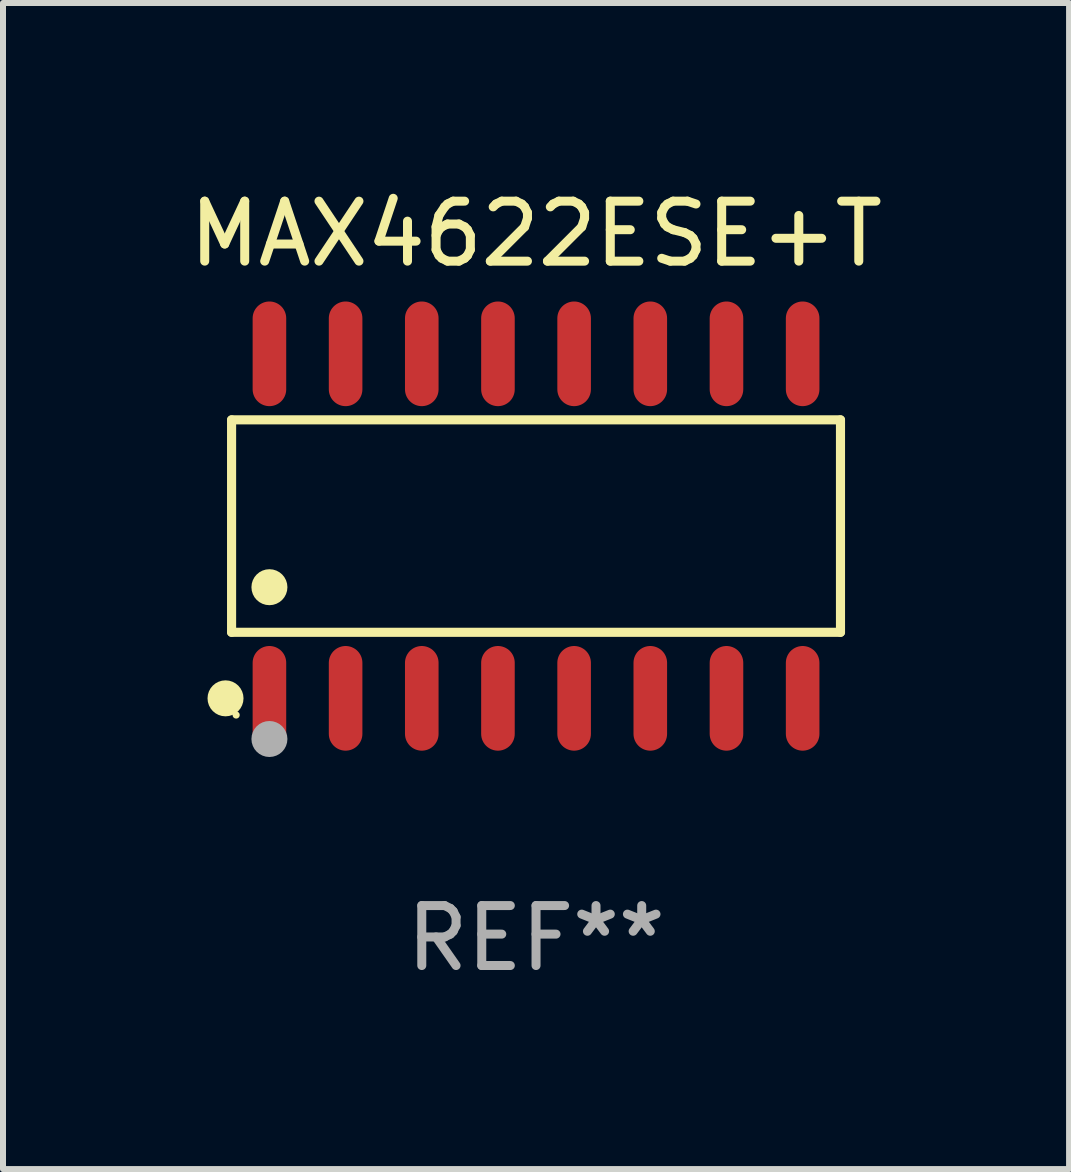
<source format=kicad_pcb>
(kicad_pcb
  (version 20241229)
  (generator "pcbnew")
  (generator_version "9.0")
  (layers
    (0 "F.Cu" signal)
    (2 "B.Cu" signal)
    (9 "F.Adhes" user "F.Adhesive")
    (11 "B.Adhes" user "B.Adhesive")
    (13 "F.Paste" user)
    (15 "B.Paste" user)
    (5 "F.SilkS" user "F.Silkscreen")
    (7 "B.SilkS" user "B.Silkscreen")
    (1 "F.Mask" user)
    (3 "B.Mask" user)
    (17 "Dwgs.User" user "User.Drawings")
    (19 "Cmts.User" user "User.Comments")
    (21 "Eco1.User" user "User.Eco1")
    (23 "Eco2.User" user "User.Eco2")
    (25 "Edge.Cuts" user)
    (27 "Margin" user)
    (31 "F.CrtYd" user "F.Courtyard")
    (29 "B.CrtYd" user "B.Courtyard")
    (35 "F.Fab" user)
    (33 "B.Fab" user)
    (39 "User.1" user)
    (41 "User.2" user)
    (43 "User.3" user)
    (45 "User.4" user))
  (footprint "MAX4622ESE+T"
    (layer "F.Cu")
    (at 5.887 5.721)
    (property "Reference" "MAX4622ESE+T" (at 0 -4.872 0) (layer "F.SilkS") (effects (font (size 1 1) (thickness 0.15))))
    (attr through_hole)
    (fp_line (start -5.076 -1.771) (end 5.076 -1.771) (stroke (width 0.152) (type solid)) (layer "F.SilkS"))
    (fp_line (start -5.076 1.771) (end -5.076 -1.771) (stroke (width 0.152) (type solid)) (layer "F.SilkS"))
    (fp_line (start 5.076 -1.771) (end 5.076 1.771) (stroke (width 0.152) (type solid)) (layer "F.SilkS"))
    (fp_line (start 5.076 1.771) (end -5.076 1.771) (stroke (width 0.152) (type solid)) (layer "F.SilkS"))
    (fp_circle (center -5.177 2.872) (end -5.027 2.872) (stroke (width 0.3) (type solid)) (fill no) (layer "F.SilkS"))
    (fp_circle (center -5 3.15) (end -4.97 3.15) (stroke (width 0.06) (type solid)) (fill no) (layer "F.SilkS"))
    (fp_circle (center -4.445 1.019) (end -4.295 1.019) (stroke (width 0.3) (type solid)) (fill no) (layer "F.SilkS"))
    (fp_circle (center -4.445 3.55) (end -4.295 3.55) (stroke (width 0.3) (type solid)) (fill no) (layer "F.Fab"))
    (fp_text user "REF**" (at 0 6.872 0) (layer "F.Fab") (effects (font (size 1 1) (thickness 0.15))))
    (pad "1" smd oval (at -4.445 2.872) (size 0.56 1.745) (layers "F.Cu" "F.Mask" "F.Paste"))
    (pad "2" smd oval (at -3.175 2.872) (size 0.56 1.745) (layers "F.Cu" "F.Mask" "F.Paste"))
    (pad "3" smd oval (at -1.905 2.872) (size 0.56 1.745) (layers "F.Cu" "F.Mask" "F.Paste"))
    (pad "4" smd oval (at -0.635 2.872) (size 0.56 1.745) (layers "F.Cu" "F.Mask" "F.Paste"))
    (pad "5" smd oval (at 0.635 2.872) (size 0.56 1.745) (layers "F.Cu" "F.Mask" "F.Paste"))
    (pad "6" smd oval (at 1.905 2.872) (size 0.56 1.745) (layers "F.Cu" "F.Mask" "F.Paste"))
    (pad "7" smd oval (at 3.175 2.872) (size 0.56 1.745) (layers "F.Cu" "F.Mask" "F.Paste"))
    (pad "8" smd oval (at 4.445 2.872) (size 0.56 1.745) (layers "F.Cu" "F.Mask" "F.Paste"))
    (pad "9" smd oval (at 4.445 -2.872) (size 0.56 1.745) (layers "F.Cu" "F.Mask" "F.Paste"))
    (pad "10" smd oval (at 3.175 -2.872) (size 0.56 1.745) (layers "F.Cu" "F.Mask" "F.Paste"))
    (pad "11" smd oval (at 1.905 -2.872) (size 0.56 1.745) (layers "F.Cu" "F.Mask" "F.Paste"))
    (pad "12" smd oval (at 0.635 -2.872) (size 0.56 1.745) (layers "F.Cu" "F.Mask" "F.Paste"))
    (pad "13" smd oval (at -0.635 -2.872) (size 0.56 1.745) (layers "F.Cu" "F.Mask" "F.Paste"))
    (pad "14" smd oval (at -1.905 -2.872) (size 0.56 1.745) (layers "F.Cu" "F.Mask" "F.Paste"))
    (pad "15" smd oval (at -3.175 -2.872) (size 0.56 1.745) (layers "F.Cu" "F.Mask" "F.Paste"))
    (pad "16" smd oval (at -4.445 -2.872) (size 0.56 1.745) (layers "F.Cu" "F.Mask" "F.Paste")))
  (gr_rect
    (start -3 -3)
    (end 14.774 16.441)
    (stroke (width 0.1) (type default))
    (fill no)
    (layer "Edge.Cuts")))
</source>
